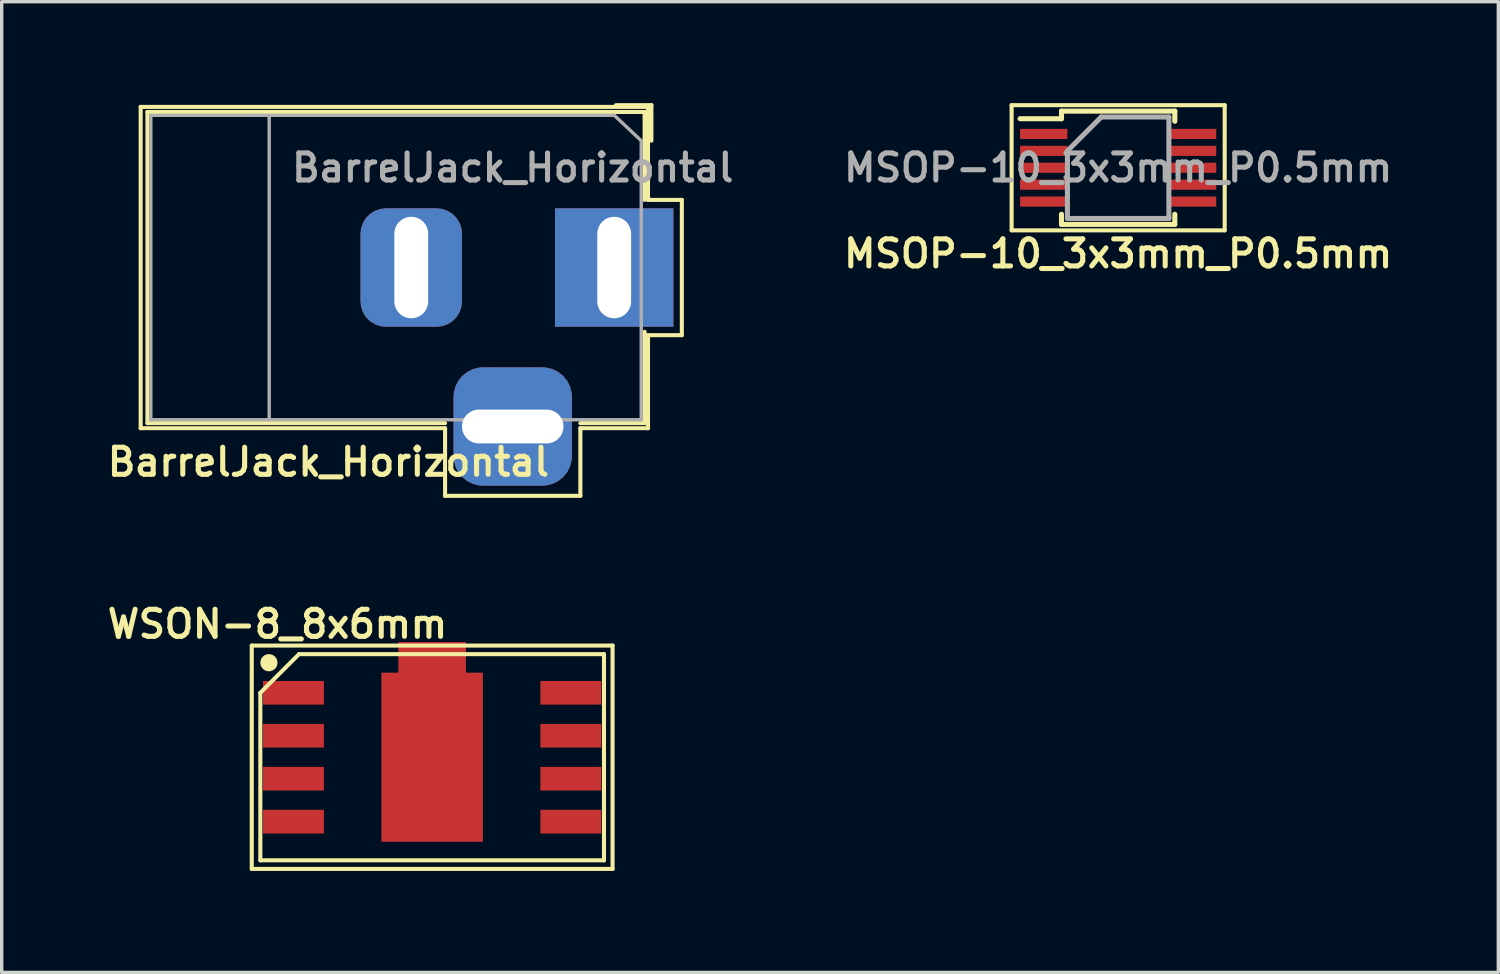
<source format=kicad_pcb>
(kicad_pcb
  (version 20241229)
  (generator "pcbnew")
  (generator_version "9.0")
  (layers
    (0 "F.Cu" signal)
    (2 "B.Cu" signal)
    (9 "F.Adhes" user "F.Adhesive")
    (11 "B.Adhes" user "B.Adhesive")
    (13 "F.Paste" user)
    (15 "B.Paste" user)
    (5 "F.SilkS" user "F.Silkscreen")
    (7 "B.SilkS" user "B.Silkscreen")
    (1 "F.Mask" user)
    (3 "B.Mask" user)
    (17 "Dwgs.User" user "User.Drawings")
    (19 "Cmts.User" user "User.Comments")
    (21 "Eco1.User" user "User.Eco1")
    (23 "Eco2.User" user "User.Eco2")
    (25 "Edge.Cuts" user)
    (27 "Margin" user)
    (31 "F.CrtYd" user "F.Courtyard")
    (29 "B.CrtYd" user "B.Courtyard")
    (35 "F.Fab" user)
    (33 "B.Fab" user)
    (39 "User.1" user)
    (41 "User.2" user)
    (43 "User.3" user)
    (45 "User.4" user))
  (footprint "BarrelJack_Horizontal"
    (layer "F.Cu")
    (at 15.109 4.86)
    (property "Reference" "BarrelJack_Horizontal" (at -8.45 5.75 180) (layer "F.SilkS") (effects (font (size 0.8 0.8) (thickness 0.15))))
    (attr through_hole)
    (fp_line (start -14 4.75) (end -14 -4.75) (stroke (width 0.12) (type solid)) (layer "F.SilkS"))
    (fp_line (start -13.8 -4.6) (end 0.9 -4.6) (stroke (width 0.12) (type solid)) (layer "F.SilkS"))
    (fp_line (start -13.8 4.6) (end -13.8 -4.6) (stroke (width 0.12) (type solid)) (layer "F.SilkS"))
    (fp_line (start -5 4.6) (end -13.8 4.6) (stroke (width 0.12) (type solid)) (layer "F.SilkS"))
    (fp_line (start -5 4.75) (end -14 4.75) (stroke (width 0.12) (type solid)) (layer "F.SilkS"))
    (fp_line (start -5 6.75) (end -5 4.75) (stroke (width 0.12) (type solid)) (layer "F.SilkS"))
    (fp_line (start -1 4.75) (end -1 6.75) (stroke (width 0.12) (type solid)) (layer "F.SilkS"))
    (fp_line (start -1 6.75) (end -5 6.75) (stroke (width 0.12) (type solid)) (layer "F.SilkS"))
    (fp_line (start 0.05 -4.8) (end 1.1 -4.8) (stroke (width 0.12) (type solid)) (layer "F.SilkS"))
    (fp_line (start 0.9 -4.6) (end 0.9 -2) (stroke (width 0.12) (type solid)) (layer "F.SilkS"))
    (fp_line (start 0.9 1.9) (end 0.9 4.6) (stroke (width 0.12) (type solid)) (layer "F.SilkS"))
    (fp_line (start 0.9 4.6) (end -1 4.6) (stroke (width 0.12) (type solid)) (layer "F.SilkS"))
    (fp_line (start 1 -4.75) (end -14 -4.75) (stroke (width 0.12) (type solid)) (layer "F.SilkS"))
    (fp_line (start 1 -4.5) (end 1 -4.75) (stroke (width 0.12) (type solid)) (layer "F.SilkS"))
    (fp_line (start 1 -4.5) (end 1 -2) (stroke (width 0.12) (type solid)) (layer "F.SilkS"))
    (fp_line (start 1 -2) (end 2 -2) (stroke (width 0.12) (type solid)) (layer "F.SilkS"))
    (fp_line (start 1 2) (end 1 4.75) (stroke (width 0.12) (type solid)) (layer "F.SilkS"))
    (fp_line (start 1 4.75) (end -1 4.75) (stroke (width 0.12) (type solid)) (layer "F.SilkS"))
    (fp_line (start 1.1 -3.75) (end 1.1 -4.8) (stroke (width 0.12) (type solid)) (layer "F.SilkS"))
    (fp_line (start 2 -2) (end 2 2) (stroke (width 0.12) (type solid)) (layer "F.SilkS"))
    (fp_line (start 2 2) (end 1 2) (stroke (width 0.12) (type solid)) (layer "F.SilkS"))
    (fp_line (start -13.7 -4.5) (end -13.7 4.5) (stroke (width 0.1) (type solid)) (layer "F.Fab"))
    (fp_line (start -13.7 4.5) (end 0.8 4.5) (stroke (width 0.1) (type solid)) (layer "F.Fab"))
    (fp_line (start -10.2 -4.5) (end -10.2 4.5) (stroke (width 0.1) (type solid)) (layer "F.Fab"))
    (fp_line (start -0.003 -4.505) (end 0.8 -3.75) (stroke (width 0.1) (type solid)) (layer "F.Fab"))
    (fp_line (start 0 -4.5) (end -13.7 -4.5) (stroke (width 0.1) (type solid)) (layer "F.Fab"))
    (fp_line (start 0.8 4.5) (end 0.8 -3.75) (stroke (width 0.1) (type solid)) (layer "F.Fab"))
    (fp_text user "${REFERENCE}" (at -3 -2.95 180) (layer "F.Fab") (effects (font (size 0.8 0.8) (thickness 0.15))))
    (pad "1" thru_hole rect (at 0 0) (size 3.5 3.5) (drill oval 1 3) (layers "*.Cu" "*.Mask"))
    (pad "2" thru_hole roundrect (at -6 0) (size 3 3.5) (drill oval 1 3) (layers "*.Cu" "*.Mask") (roundrect_rratio 0.25))
    (pad "3" thru_hole roundrect (at -3 4.7) (size 3.5 3.5) (drill oval 3 1) (layers "*.Cu" "*.Mask") (roundrect_rratio 0.25)))
  (footprint "WSON-8_8x6mm"
    (layer "F.Cu")
    (at 9.727 19.338)
    (property "Reference" "WSON-8_8x6mm" (at -4.572 -3.937 0) (layer "F.SilkS") (effects (font (size 0.8 0.8) (thickness 0.15))))
    (attr smd)
    (fp_line (start -5.334 -3.302) (end 5.334 -3.302) (stroke (width 0.12) (type solid)) (layer "F.SilkS"))
    (fp_line (start -5.334 3.302) (end -5.334 -3.302) (stroke (width 0.12) (type solid)) (layer "F.SilkS"))
    (fp_line (start -5.08 -1.905) (end -3.937 -3.048) (stroke (width 0.12) (type solid)) (layer "F.SilkS"))
    (fp_line (start -5.08 3.048) (end -5.08 -1.905) (stroke (width 0.12) (type solid)) (layer "F.SilkS"))
    (fp_line (start -3.937 -3.048) (end 5.08 -3.048) (stroke (width 0.12) (type solid)) (layer "F.SilkS"))
    (fp_line (start 5.08 -3.048) (end 5.08 3.048) (stroke (width 0.12) (type solid)) (layer "F.SilkS"))
    (fp_line (start 5.08 3.048) (end -5.08 3.048) (stroke (width 0.12) (type solid)) (layer "F.SilkS"))
    (fp_line (start 5.334 -3.302) (end 5.334 3.302) (stroke (width 0.12) (type solid)) (layer "F.SilkS"))
    (fp_line (start 5.334 3.302) (end -5.334 3.302) (stroke (width 0.12) (type solid)) (layer "F.SilkS"))
    (fp_circle (center -4.826 -2.794) (end -4.699 -2.794) (stroke (width 0.254) (type solid)) (fill no) (layer "F.SilkS"))
    (pad "1" smd rect (at -4.1 -1.905 270) (size 0.7 1.8) (layers "F.Cu" "F.Mask" "F.Paste"))
    (pad "2" smd rect (at -4.1 -0.635 270) (size 0.7 1.8) (layers "F.Cu" "F.Mask" "F.Paste"))
    (pad "3" smd rect (at -4.1 0.635 270) (size 0.7 1.8) (layers "F.Cu" "F.Mask" "F.Paste"))
    (pad "4" smd rect (at -4.1 1.905 270) (size 0.7 1.8) (layers "F.Cu" "F.Mask" "F.Paste"))
    (pad "5" smd rect (at 4.1 1.905 270) (size 0.7 1.8) (layers "F.Cu" "F.Mask" "F.Paste"))
    (pad "6" smd rect (at 4.1 0.635 270) (size 0.7 1.8) (layers "F.Cu" "F.Mask" "F.Paste"))
    (pad "7" smd rect (at 4.1 -0.635 270) (size 0.7 1.8) (layers "F.Cu" "F.Mask" "F.Paste"))
    (pad "8" smd rect (at 4.1 -1.905 270) (size 0.7 1.8) (layers "F.Cu" "F.Mask" "F.Paste"))
    (pad "9" smd rect (at 0 -1.905) (size 2 3) (layers "F.Cu" "F.Mask" "F.Paste"))
    (pad "9" smd rect (at 0 0) (size 3 5) (layers "F.Cu" "F.Mask" "F.Paste")))
  (footprint "MSOP-10_3x3mm_P0.5mm"
    (layer "F.Cu")
    (at 30.009 1.91)
    (property "Reference" "MSOP-10_3x3mm_P0.5mm" (at 0 2.54 0) (layer "F.SilkS") (effects (font (size 0.8 0.8) (thickness 0.15))))
    (attr smd)
    (fp_line (start -3.15 -1.85) (end -3.15 1.85) (stroke (width 0.12) (type solid)) (layer "F.SilkS"))
    (fp_line (start -3.15 -1.85) (end 3.15 -1.85) (stroke (width 0.12) (type solid)) (layer "F.SilkS"))
    (fp_line (start -3.15 1.85) (end 3.15 1.85) (stroke (width 0.12) (type solid)) (layer "F.SilkS"))
    (fp_line (start -1.675 -1.675) (end -1.675 -1.45) (stroke (width 0.15) (type solid)) (layer "F.SilkS"))
    (fp_line (start -1.675 -1.675) (end 1.675 -1.675) (stroke (width 0.15) (type solid)) (layer "F.SilkS"))
    (fp_line (start -1.675 -1.45) (end -2.9 -1.45) (stroke (width 0.15) (type solid)) (layer "F.SilkS"))
    (fp_line (start -1.675 1.675) (end -1.675 1.375) (stroke (width 0.15) (type solid)) (layer "F.SilkS"))
    (fp_line (start -1.675 1.675) (end 1.675 1.675) (stroke (width 0.15) (type solid)) (layer "F.SilkS"))
    (fp_line (start 1.675 -1.675) (end 1.675 -1.375) (stroke (width 0.15) (type solid)) (layer "F.SilkS"))
    (fp_line (start 1.675 1.675) (end 1.675 1.375) (stroke (width 0.15) (type solid)) (layer "F.SilkS"))
    (fp_line (start 3.15 -1.85) (end 3.15 1.85) (stroke (width 0.12) (type solid)) (layer "F.SilkS"))
    (fp_line (start -1.5 -0.5) (end -0.5 -1.5) (stroke (width 0.15) (type solid)) (layer "F.Fab"))
    (fp_line (start -1.5 1.5) (end -1.5 -0.5) (stroke (width 0.15) (type solid)) (layer "F.Fab"))
    (fp_line (start -0.5 -1.5) (end 1.5 -1.5) (stroke (width 0.15) (type solid)) (layer "F.Fab"))
    (fp_line (start 1.5 -1.5) (end 1.5 1.5) (stroke (width 0.15) (type solid)) (layer "F.Fab"))
    (fp_line (start 1.5 1.5) (end -1.5 1.5) (stroke (width 0.15) (type solid)) (layer "F.Fab"))
    (fp_text user "${REFERENCE}" (at 0 0 0) (layer "F.Fab") (effects (font (size 0.8 0.8) (thickness 0.15))))
    (pad "1" smd rect (at -2.2 -1) (size 1.4 0.3) (layers "F.Cu" "F.Mask" "F.Paste"))
    (pad "2" smd rect (at -2.2 -0.5) (size 1.4 0.3) (layers "F.Cu" "F.Mask" "F.Paste"))
    (pad "3" smd rect (at -2.2 0) (size 1.4 0.3) (layers "F.Cu" "F.Mask" "F.Paste"))
    (pad "4" smd rect (at -2.2 0.5) (size 1.4 0.3) (layers "F.Cu" "F.Mask" "F.Paste"))
    (pad "5" smd rect (at -2.2 1) (size 1.4 0.3) (layers "F.Cu" "F.Mask" "F.Paste"))
    (pad "6" smd rect (at 2.2 1) (size 1.4 0.3) (layers "F.Cu" "F.Mask" "F.Paste"))
    (pad "7" smd rect (at 2.2 0.5) (size 1.4 0.3) (layers "F.Cu" "F.Mask" "F.Paste"))
    (pad "8" smd rect (at 2.2 0) (size 1.4 0.3) (layers "F.Cu" "F.Mask" "F.Paste"))
    (pad "9" smd rect (at 2.2 -0.5) (size 1.4 0.3) (layers "F.Cu" "F.Mask" "F.Paste"))
    (pad "10" smd rect (at 2.2 -1) (size 1.4 0.3) (layers "F.Cu" "F.Mask" "F.Paste")))
  (gr_rect
    (start -3 -3)
    (end 41.249 25.7)
    (stroke (width 0.1) (type default))
    (fill no)
    (layer "Edge.Cuts")))
</source>
